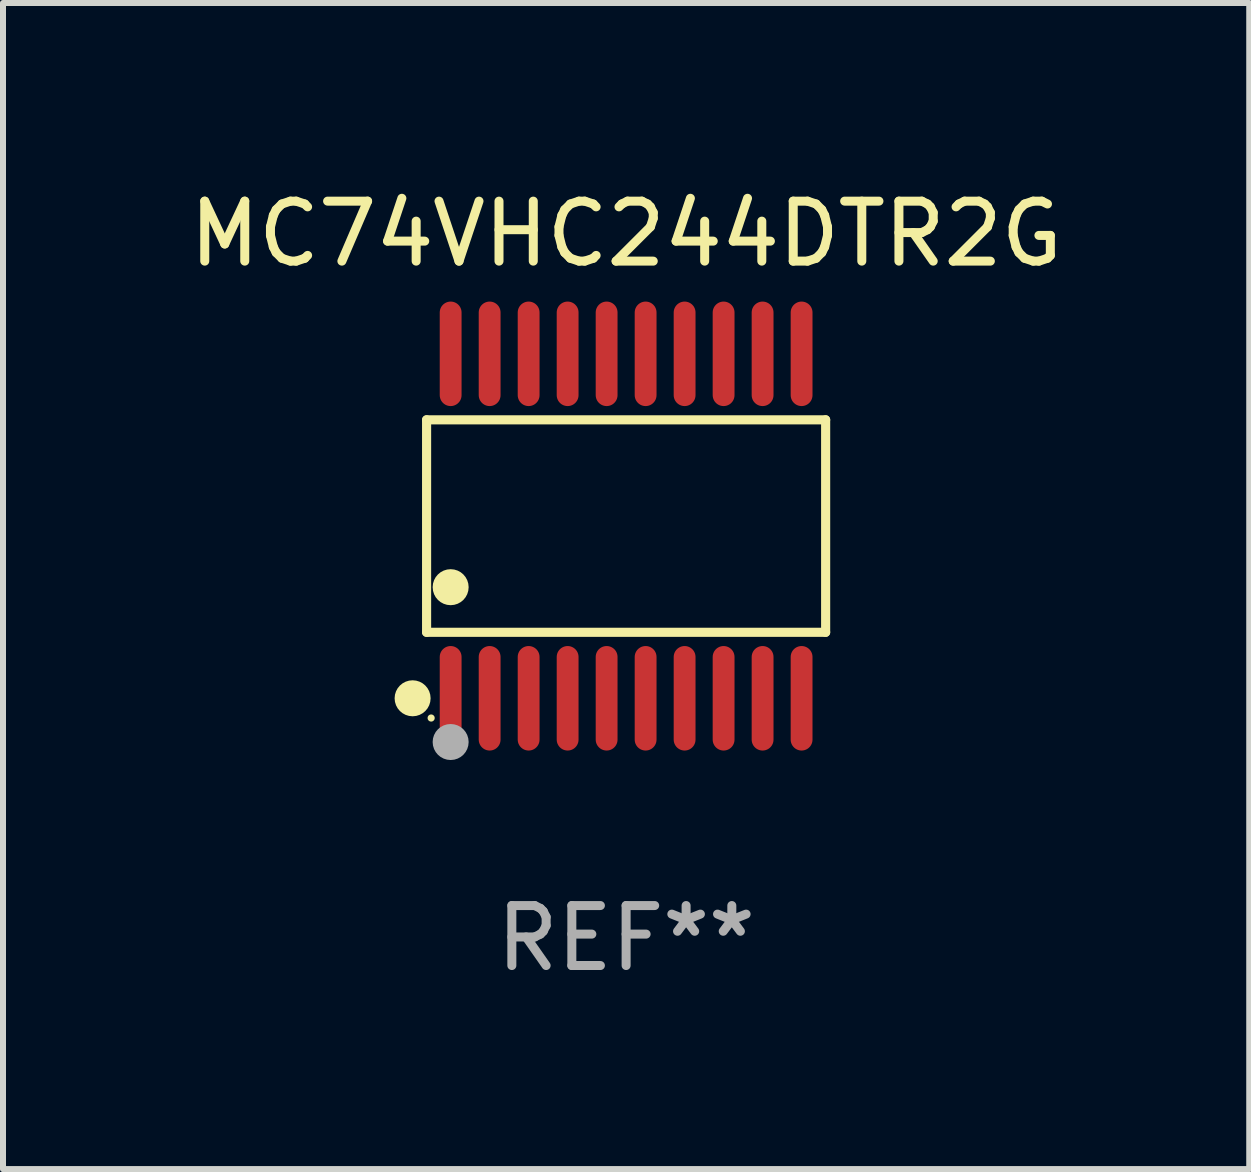
<source format=kicad_pcb>
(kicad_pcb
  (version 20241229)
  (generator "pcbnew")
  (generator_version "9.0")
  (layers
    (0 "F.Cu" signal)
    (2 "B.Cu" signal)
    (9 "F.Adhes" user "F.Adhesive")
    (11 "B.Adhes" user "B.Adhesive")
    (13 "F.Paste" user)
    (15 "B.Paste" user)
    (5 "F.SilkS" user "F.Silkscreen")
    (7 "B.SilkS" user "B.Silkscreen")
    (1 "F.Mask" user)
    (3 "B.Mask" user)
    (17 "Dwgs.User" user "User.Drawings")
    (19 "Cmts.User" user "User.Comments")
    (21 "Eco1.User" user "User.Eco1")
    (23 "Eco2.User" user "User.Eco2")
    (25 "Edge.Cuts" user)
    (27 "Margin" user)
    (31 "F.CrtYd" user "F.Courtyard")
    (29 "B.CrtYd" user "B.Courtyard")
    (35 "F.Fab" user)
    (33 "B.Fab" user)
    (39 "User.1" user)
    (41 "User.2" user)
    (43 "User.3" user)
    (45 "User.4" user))
  (footprint "MC74VHC244DTR2G"
    (layer "F.Cu")
    (at 7.387 5.719)
    (property "Reference" "MC74VHC244DTR2G" (at 0 -4.871 0) (layer "F.SilkS") (effects (font (size 1 1) (thickness 0.15))))
    (attr through_hole)
    (fp_line (start -3.326 -1.771) (end 3.326 -1.771) (stroke (width 0.152) (type solid)) (layer "F.SilkS"))
    (fp_line (start -3.326 1.771) (end -3.326 -1.771) (stroke (width 0.152) (type solid)) (layer "F.SilkS"))
    (fp_line (start 3.326 -1.771) (end 3.326 1.771) (stroke (width 0.152) (type solid)) (layer "F.SilkS"))
    (fp_line (start 3.326 1.771) (end -3.326 1.771) (stroke (width 0.152) (type solid)) (layer "F.SilkS"))
    (fp_circle (center -3.559 2.871) (end -3.409 2.871) (stroke (width 0.3) (type solid)) (fill no) (layer "F.SilkS"))
    (fp_circle (center -3.25 3.2) (end -3.22 3.2) (stroke (width 0.06) (type solid)) (fill no) (layer "F.SilkS"))
    (fp_circle (center -2.925 1.019) (end -2.775 1.019) (stroke (width 0.3) (type solid)) (fill no) (layer "F.SilkS"))
    (fp_circle (center -2.925 3.6) (end -2.775 3.6) (stroke (width 0.3) (type solid)) (fill no) (layer "F.Fab"))
    (fp_text user "REF**" (at 0 6.871 0) (layer "F.Fab") (effects (font (size 1 1) (thickness 0.15))))
    (pad "1" smd oval (at -2.925 2.871) (size 0.364 1.742) (layers "F.Cu" "F.Mask" "F.Paste"))
    (pad "2" smd oval (at -2.275 2.871) (size 0.364 1.742) (layers "F.Cu" "F.Mask" "F.Paste"))
    (pad "3" smd oval (at -1.625 2.871) (size 0.364 1.742) (layers "F.Cu" "F.Mask" "F.Paste"))
    (pad "4" smd oval (at -0.975 2.871) (size 0.364 1.742) (layers "F.Cu" "F.Mask" "F.Paste"))
    (pad "5" smd oval (at -0.325 2.871) (size 0.364 1.742) (layers "F.Cu" "F.Mask" "F.Paste"))
    (pad "6" smd oval (at 0.325 2.871) (size 0.364 1.742) (layers "F.Cu" "F.Mask" "F.Paste"))
    (pad "7" smd oval (at 0.975 2.871) (size 0.364 1.742) (layers "F.Cu" "F.Mask" "F.Paste"))
    (pad "8" smd oval (at 1.625 2.871) (size 0.364 1.742) (layers "F.Cu" "F.Mask" "F.Paste"))
    (pad "9" smd oval (at 2.275 2.871) (size 0.364 1.742) (layers "F.Cu" "F.Mask" "F.Paste"))
    (pad "10" smd oval (at 2.925 2.871) (size 0.364 1.742) (layers "F.Cu" "F.Mask" "F.Paste"))
    (pad "11" smd oval (at 2.925 -2.871) (size 0.364 1.742) (layers "F.Cu" "F.Mask" "F.Paste"))
    (pad "12" smd oval (at 2.275 -2.871) (size 0.364 1.742) (layers "F.Cu" "F.Mask" "F.Paste"))
    (pad "13" smd oval (at 1.625 -2.871) (size 0.364 1.742) (layers "F.Cu" "F.Mask" "F.Paste"))
    (pad "14" smd oval (at 0.975 -2.871) (size 0.364 1.742) (layers "F.Cu" "F.Mask" "F.Paste"))
    (pad "15" smd oval (at 0.325 -2.871) (size 0.364 1.742) (layers "F.Cu" "F.Mask" "F.Paste"))
    (pad "16" smd oval (at -0.325 -2.871) (size 0.364 1.742) (layers "F.Cu" "F.Mask" "F.Paste"))
    (pad "17" smd oval (at -0.975 -2.871) (size 0.364 1.742) (layers "F.Cu" "F.Mask" "F.Paste"))
    (pad "18" smd oval (at -1.625 -2.871) (size 0.364 1.742) (layers "F.Cu" "F.Mask" "F.Paste"))
    (pad "19" smd oval (at -2.275 -2.871) (size 0.364 1.742) (layers "F.Cu" "F.Mask" "F.Paste"))
    (pad "20" smd oval (at -2.925 -2.871) (size 0.364 1.742) (layers "F.Cu" "F.Mask" "F.Paste")))
  (gr_rect
    (start -3 -3)
    (end 17.774 16.438)
    (stroke (width 0.1) (type default))
    (fill no)
    (layer "Edge.Cuts")))
</source>
